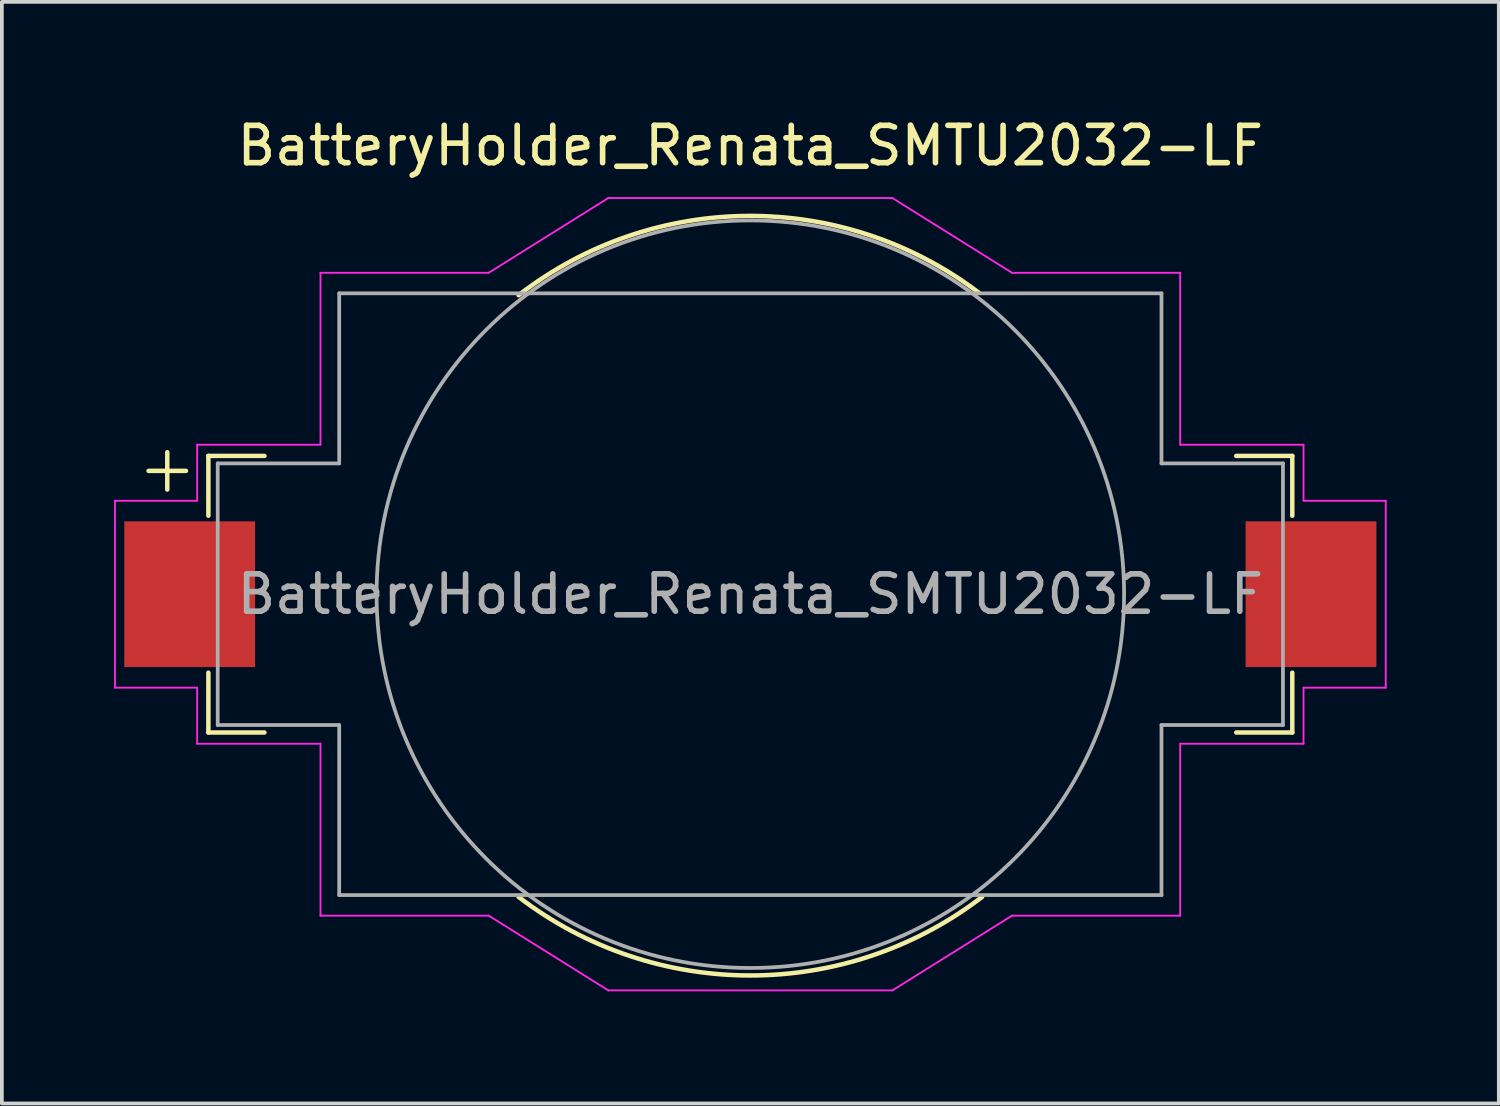
<source format=kicad_pcb>
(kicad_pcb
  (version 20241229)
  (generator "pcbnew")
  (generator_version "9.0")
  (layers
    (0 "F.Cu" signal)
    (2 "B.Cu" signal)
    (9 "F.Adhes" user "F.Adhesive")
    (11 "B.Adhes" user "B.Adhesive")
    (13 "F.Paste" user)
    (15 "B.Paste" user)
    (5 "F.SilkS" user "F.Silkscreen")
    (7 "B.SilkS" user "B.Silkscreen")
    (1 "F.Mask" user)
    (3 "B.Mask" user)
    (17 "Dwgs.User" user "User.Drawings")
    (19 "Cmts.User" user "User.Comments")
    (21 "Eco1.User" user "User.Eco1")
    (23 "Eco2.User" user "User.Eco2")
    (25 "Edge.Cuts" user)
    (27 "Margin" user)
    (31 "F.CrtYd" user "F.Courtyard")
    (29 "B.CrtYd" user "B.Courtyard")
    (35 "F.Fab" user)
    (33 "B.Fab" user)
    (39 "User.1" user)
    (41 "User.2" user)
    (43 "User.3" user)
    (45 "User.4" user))
  (footprint "BatteryHolder_Renata_SMTU2032-LF"
    (layer "F.Cu")
    (at 17.025 12.848)
    (property "Reference" "BatteryHolder_Renata_SMTU2032-LF" (at 0 -12 0) (layer "F.SilkS") (effects (font (size 1 1) (thickness 0.15))))
    (attr smd)
    (fp_line (start -16.1 -3.3) (end -15.1 -3.3) (stroke (width 0.12) (type solid)) (layer "F.SilkS"))
    (fp_line (start -15.6 -3.8) (end -15.6 -2.8) (stroke (width 0.12) (type solid)) (layer "F.SilkS"))
    (fp_line (start -14.5 -3.7) (end -13 -3.7) (stroke (width 0.12) (type solid)) (layer "F.SilkS"))
    (fp_line (start -14.5 -2.1) (end -14.5 -3.7) (stroke (width 0.12) (type solid)) (layer "F.SilkS"))
    (fp_line (start -14.5 3.7) (end -14.5 2.1) (stroke (width 0.12) (type solid)) (layer "F.SilkS"))
    (fp_line (start -14.5 3.7) (end -13 3.7) (stroke (width 0.12) (type solid)) (layer "F.SilkS"))
    (fp_line (start 13 -3.7) (end 14.5 -3.7) (stroke (width 0.12) (type solid)) (layer "F.SilkS"))
    (fp_line (start 13 3.7) (end 14.5 3.7) (stroke (width 0.12) (type solid)) (layer "F.SilkS"))
    (fp_line (start 14.5 -2.1) (end 14.5 -3.7) (stroke (width 0.12) (type solid)) (layer "F.SilkS"))
    (fp_line (start 14.5 3.7) (end 14.5 2.1) (stroke (width 0.12) (type solid)) (layer "F.SilkS"))
    (fp_arc (start -6.2 -8) (mid -0.057532 -10.121101) (end 6.108653 -8.069966) (stroke (width 0.12) (type solid)) (layer "F.SilkS"))
    (fp_arc (start 6.2 8.1) (mid 0 10.20049) (end -6.2 8.1) (stroke (width 0.12) (type solid)) (layer "F.SilkS"))
    (fp_line (start -17 -2.5) (end -17 2.5) (stroke (width 0.05) (type solid)) (layer "F.CrtYd"))
    (fp_line (start -17 -2.5) (end -14.8 -2.5) (stroke (width 0.05) (type solid)) (layer "F.CrtYd"))
    (fp_line (start -17 2.5) (end -14.8 2.5) (stroke (width 0.05) (type solid)) (layer "F.CrtYd"))
    (fp_line (start -14.8 -4) (end -11.5 -4) (stroke (width 0.05) (type solid)) (layer "F.CrtYd"))
    (fp_line (start -14.8 -2.5) (end -14.8 -4) (stroke (width 0.05) (type solid)) (layer "F.CrtYd"))
    (fp_line (start -14.8 2.5) (end -14.8 4) (stroke (width 0.05) (type solid)) (layer "F.CrtYd"))
    (fp_line (start -14.8 4) (end -11.5 4) (stroke (width 0.05) (type solid)) (layer "F.CrtYd"))
    (fp_line (start -11.5 -4) (end -11.5 -8.6) (stroke (width 0.05) (type solid)) (layer "F.CrtYd"))
    (fp_line (start -11.5 4) (end -11.5 8.6) (stroke (width 0.05) (type solid)) (layer "F.CrtYd"))
    (fp_line (start -7 -8.6) (end -11.5 -8.6) (stroke (width 0.05) (type solid)) (layer "F.CrtYd"))
    (fp_line (start -7 -8.6) (end -3.8 -10.6) (stroke (width 0.05) (type solid)) (layer "F.CrtYd"))
    (fp_line (start -7 8.6) (end -11.5 8.6) (stroke (width 0.05) (type solid)) (layer "F.CrtYd"))
    (fp_line (start -7 8.6) (end -3.8 10.6) (stroke (width 0.05) (type solid)) (layer "F.CrtYd"))
    (fp_line (start -3.8 -10.6) (end 3.8 -10.6) (stroke (width 0.05) (type solid)) (layer "F.CrtYd"))
    (fp_line (start -3.8 10.6) (end 3.8 10.6) (stroke (width 0.05) (type solid)) (layer "F.CrtYd"))
    (fp_line (start 3.8 -10.6) (end 7 -8.6) (stroke (width 0.05) (type solid)) (layer "F.CrtYd"))
    (fp_line (start 3.8 10.6) (end 7 8.6) (stroke (width 0.05) (type solid)) (layer "F.CrtYd"))
    (fp_line (start 7 -8.6) (end 11.5 -8.6) (stroke (width 0.05) (type solid)) (layer "F.CrtYd"))
    (fp_line (start 7 8.6) (end 11.5 8.6) (stroke (width 0.05) (type solid)) (layer "F.CrtYd"))
    (fp_line (start 11.5 -4) (end 11.5 -8.6) (stroke (width 0.05) (type solid)) (layer "F.CrtYd"))
    (fp_line (start 11.5 4) (end 11.5 8.6) (stroke (width 0.05) (type solid)) (layer "F.CrtYd"))
    (fp_line (start 14.8 -4) (end 11.5 -4) (stroke (width 0.05) (type solid)) (layer "F.CrtYd"))
    (fp_line (start 14.8 -2.5) (end 14.8 -4) (stroke (width 0.05) (type solid)) (layer "F.CrtYd"))
    (fp_line (start 14.8 2.5) (end 14.8 4) (stroke (width 0.05) (type solid)) (layer "F.CrtYd"))
    (fp_line (start 14.8 4) (end 11.5 4) (stroke (width 0.05) (type solid)) (layer "F.CrtYd"))
    (fp_line (start 17 -2.5) (end 14.8 -2.5) (stroke (width 0.05) (type solid)) (layer "F.CrtYd"))
    (fp_line (start 17 -2.5) (end 17 2.5) (stroke (width 0.05) (type solid)) (layer "F.CrtYd"))
    (fp_line (start 17 2.5) (end 14.8 2.5) (stroke (width 0.05) (type solid)) (layer "F.CrtYd"))
    (fp_line (start -14.25 -3.5) (end -14.25 3.5) (stroke (width 0.1) (type solid)) (layer "F.Fab"))
    (fp_line (start -14.25 -3.5) (end -11 -3.5) (stroke (width 0.1) (type solid)) (layer "F.Fab"))
    (fp_line (start -14.25 3.5) (end -11 3.5) (stroke (width 0.1) (type solid)) (layer "F.Fab"))
    (fp_line (start -11 -8.05) (end -11 -3.5) (stroke (width 0.1) (type solid)) (layer "F.Fab"))
    (fp_line (start -11 -8.05) (end 11 -8.05) (stroke (width 0.1) (type solid)) (layer "F.Fab"))
    (fp_line (start -11 3.5) (end -11 8.05) (stroke (width 0.1) (type solid)) (layer "F.Fab"))
    (fp_line (start -11 8.05) (end 11 8.05) (stroke (width 0.1) (type solid)) (layer "F.Fab"))
    (fp_line (start 11 -8.05) (end 11 -3.5) (stroke (width 0.1) (type solid)) (layer "F.Fab"))
    (fp_line (start 11 -3.5) (end 14.25 -3.5) (stroke (width 0.1) (type solid)) (layer "F.Fab"))
    (fp_line (start 11 3.5) (end 11 8.05) (stroke (width 0.1) (type solid)) (layer "F.Fab"))
    (fp_line (start 11 3.5) (end 14.25 3.5) (stroke (width 0.1) (type solid)) (layer "F.Fab"))
    (fp_line (start 14.25 -3.5) (end 14.25 3.5) (stroke (width 0.1) (type solid)) (layer "F.Fab"))
    (fp_circle (center 0 0) (end 10 0) (stroke (width 0.1) (type solid)) (fill no) (layer "F.Fab"))
    (fp_text user "${REFERENCE}" (at 0 0 0) (layer "F.Fab") (effects (font (size 1 1) (thickness 0.15))))
    (pad "1" smd rect (at -15 0) (size 3.5 3.9) (layers "F.Cu" "F.Mask" "F.Paste"))
    (pad "2" smd rect (at 15 0) (size 3.5 3.9) (layers "F.Cu" "F.Mask" "F.Paste")))
  (gr_rect
    (start -3 -3)
    (end 37.05 26.473)
    (stroke (width 0.1) (type default))
    (fill no)
    (layer "Edge.Cuts")))
</source>
